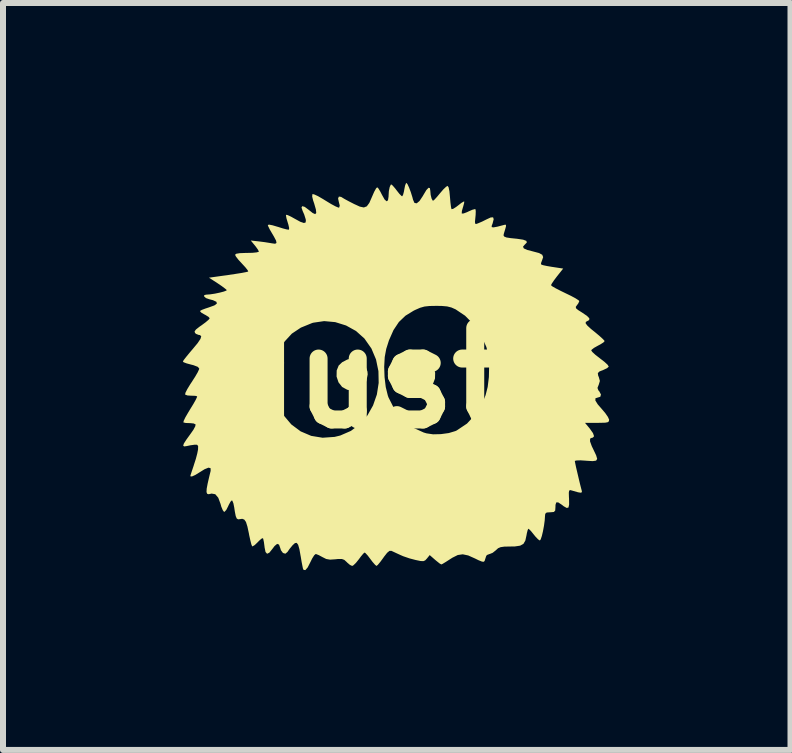
<source format=kicad_pcb>
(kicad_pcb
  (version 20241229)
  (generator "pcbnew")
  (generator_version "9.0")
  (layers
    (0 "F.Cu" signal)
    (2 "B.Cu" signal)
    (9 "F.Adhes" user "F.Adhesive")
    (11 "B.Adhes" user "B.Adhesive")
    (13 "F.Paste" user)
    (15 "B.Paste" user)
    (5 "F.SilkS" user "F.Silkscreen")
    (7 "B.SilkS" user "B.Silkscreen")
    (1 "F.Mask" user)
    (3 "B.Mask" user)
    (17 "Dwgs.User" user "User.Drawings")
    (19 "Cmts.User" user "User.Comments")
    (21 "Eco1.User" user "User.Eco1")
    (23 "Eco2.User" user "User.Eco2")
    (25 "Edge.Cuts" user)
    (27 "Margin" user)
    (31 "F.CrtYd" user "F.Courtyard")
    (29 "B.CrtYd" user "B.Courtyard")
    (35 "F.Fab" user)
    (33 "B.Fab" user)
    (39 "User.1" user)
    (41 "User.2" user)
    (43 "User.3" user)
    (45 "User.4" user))
  (footprint "dust2"
    (layer "F.Cu")
    (at 3.678 3.256)
    (property "Reference" "dust2" (at 0 0 0) (layer "F.SilkS") (effects (font (size 1.524 1.524) (thickness 0.3))))
    (attr board_only exclude_from_pos_files exclude_from_bom)
    (fp_poly (pts (xy -0.782 -0.333) (xy -0.699 -0.289) (xy -0.635 -0.209) (xy -0.6 -0.109) (xy -0.596 -0.062) (xy -0.618 0.05) (xy -0.677 0.136) (xy -0.764 0.19) (xy -0.872 0.205) (xy -0.937 0.194) (xy -1.022 0.148) (xy -1.083 0.07) (xy -1.115 -0.026) (xy -1.113 -0.128) (xy -1.08 -0.21) (xy -1.022 -0.265) (xy -0.938 -0.309) (xy -0.848 -0.334)) (stroke (width 0) (type solid)) (fill yes) (layer "F.SilkS"))
    (fp_poly (pts (xy 0.354 -0.329) (xy 0.375 -0.322) (xy 0.452 -0.267) (xy 0.504 -0.185) (xy 0.529 -0.089) (xy 0.526 0.008) (xy 0.493 0.095) (xy 0.431 0.157) (xy 0.423 0.162) (xy 0.306 0.199) (xy 0.197 0.187) (xy 0.098 0.127) (xy 0.085 0.114) (xy 0.026 0.044) (xy 0.002 -0.024) (xy 0 -0.058) (xy 0.022 -0.155) (xy 0.08 -0.239) (xy 0.162 -0.302) (xy 0.258 -0.335)) (stroke (width 0) (type solid)) (fill yes) (layer "F.SilkS"))
    (fp_poly (pts (xy 0.068 -3.234) (xy 0.094 -3.178) (xy 0.123 -3.101) (xy 0.149 -3.018) (xy 0.16 -2.975) (xy 0.184 -2.922) (xy 0.221 -2.915) (xy 0.268 -2.954) (xy 0.324 -3.038) (xy 0.331 -3.051) (xy 0.382 -3.136) (xy 0.419 -3.175) (xy 0.441 -3.169) (xy 0.448 -3.125) (xy 0.454 -3.057) (xy 0.469 -2.996) (xy 0.488 -2.961) (xy 0.494 -2.958) (xy 0.517 -2.976) (xy 0.56 -3.023) (xy 0.609 -3.082) (xy 0.664 -3.146) (xy 0.711 -3.191) (xy 0.736 -3.206) (xy 0.753 -3.182) (xy 0.767 -3.115) (xy 0.776 -3.019) (xy 0.784 -2.927) (xy 0.793 -2.856) (xy 0.801 -2.819) (xy 0.803 -2.818) (xy 0.829 -2.823) (xy 0.878 -2.854) (xy 0.911 -2.879) (xy 0.966 -2.922) (xy 1.005 -2.945) (xy 1.014 -2.946) (xy 1.012 -2.919) (xy 0.997 -2.864) (xy 0.992 -2.848) (xy 0.975 -2.788) (xy 0.972 -2.749) (xy 0.975 -2.745) (xy 1.003 -2.746) (xy 1.059 -2.767) (xy 1.088 -2.781) (xy 1.15 -2.808) (xy 1.193 -2.819) (xy 1.201 -2.817) (xy 1.206 -2.786) (xy 1.204 -2.723) (xy 1.2 -2.681) (xy 1.193 -2.609) (xy 1.196 -2.576) (xy 1.215 -2.571) (xy 1.245 -2.582) (xy 1.311 -2.61) (xy 1.379 -2.644) (xy 1.454 -2.679) (xy 1.495 -2.682) (xy 1.505 -2.65) (xy 1.487 -2.58) (xy 1.471 -2.537) (xy 1.473 -2.518) (xy 1.503 -2.514) (xy 1.568 -2.526) (xy 1.663 -2.551) (xy 1.695 -2.559) (xy 1.71 -2.556) (xy 1.71 -2.53) (xy 1.694 -2.473) (xy 1.675 -2.411) (xy 1.669 -2.381) (xy 1.681 -2.361) (xy 1.717 -2.346) (xy 1.787 -2.335) (xy 1.895 -2.324) (xy 1.996 -2.309) (xy 2.05 -2.289) (xy 2.058 -2.262) (xy 2.023 -2.226) (xy 2.022 -2.225) (xy 1.994 -2.192) (xy 2.008 -2.163) (xy 2.068 -2.137) (xy 2.164 -2.112) (xy 2.262 -2.086) (xy 2.315 -2.057) (xy 2.33 -2.018) (xy 2.312 -1.965) (xy 2.311 -1.963) (xy 2.294 -1.917) (xy 2.297 -1.895) (xy 2.327 -1.884) (xy 2.392 -1.87) (xy 2.48 -1.855) (xy 2.488 -1.854) (xy 2.664 -1.827) (xy 2.562 -1.699) (xy 2.51 -1.63) (xy 2.474 -1.576) (xy 2.461 -1.55) (xy 2.482 -1.531) (xy 2.539 -1.498) (xy 2.623 -1.455) (xy 2.697 -1.419) (xy 2.794 -1.372) (xy 2.872 -1.33) (xy 2.921 -1.298) (xy 2.933 -1.285) (xy 2.917 -1.248) (xy 2.893 -1.215) (xy 2.874 -1.189) (xy 2.878 -1.165) (xy 2.912 -1.136) (xy 2.98 -1.093) (xy 3.061 -1.038) (xy 3.1 -0.998) (xy 3.098 -0.97) (xy 3.069 -0.953) (xy 3.041 -0.937) (xy 3.039 -0.913) (xy 3.067 -0.876) (xy 3.128 -0.82) (xy 3.194 -0.767) (xy 3.268 -0.705) (xy 3.324 -0.654) (xy 3.353 -0.622) (xy 3.355 -0.617) (xy 3.335 -0.595) (xy 3.283 -0.562) (xy 3.243 -0.541) (xy 3.179 -0.505) (xy 3.139 -0.474) (xy 3.132 -0.461) (xy 3.151 -0.435) (xy 3.201 -0.389) (xy 3.272 -0.334) (xy 3.282 -0.326) (xy 3.353 -0.271) (xy 3.404 -0.224) (xy 3.423 -0.194) (xy 3.423 -0.191) (xy 3.396 -0.166) (xy 3.341 -0.14) (xy 3.337 -0.138) (xy 3.269 -0.111) (xy 3.242 -0.084) (xy 3.247 -0.044) (xy 3.259 -0.015) (xy 3.276 0.047) (xy 3.258 0.107) (xy 3.256 0.112) (xy 3.236 0.163) (xy 3.25 0.202) (xy 3.267 0.222) (xy 3.294 0.273) (xy 3.283 0.311) (xy 3.243 0.323) (xy 3.202 0.336) (xy 3.201 0.374) (xy 3.241 0.438) (xy 3.303 0.509) (xy 3.365 0.582) (xy 3.41 0.647) (xy 3.43 0.692) (xy 3.43 0.694) (xy 3.426 0.72) (xy 3.408 0.735) (xy 3.366 0.743) (xy 3.289 0.745) (xy 3.229 0.746) (xy 3.028 0.746) (xy 3.105 0.838) (xy 3.161 0.917) (xy 3.179 0.969) (xy 3.158 0.993) (xy 3.144 0.994) (xy 3.113 1.009) (xy 3.112 1.055) (xy 3.141 1.135) (xy 3.169 1.193) (xy 3.214 1.288) (xy 3.231 1.346) (xy 3.213 1.376) (xy 3.156 1.384) (xy 3.055 1.378) (xy 3.045 1.377) (xy 2.954 1.371) (xy 2.888 1.373) (xy 2.859 1.38) (xy 2.858 1.382) (xy 2.864 1.415) (xy 2.878 1.483) (xy 2.899 1.572) (xy 2.922 1.67) (xy 2.944 1.762) (xy 2.963 1.837) (xy 2.973 1.874) (xy 2.977 1.901) (xy 2.959 1.911) (xy 2.913 1.904) (xy 2.829 1.88) (xy 2.812 1.875) (xy 2.781 1.867) (xy 2.764 1.876) (xy 2.758 1.911) (xy 2.76 1.983) (xy 2.762 2.016) (xy 2.763 2.109) (xy 2.752 2.158) (xy 2.723 2.165) (xy 2.672 2.136) (xy 2.64 2.111) (xy 2.581 2.072) (xy 2.549 2.072) (xy 2.536 2.113) (xy 2.535 2.15) (xy 2.531 2.208) (xy 2.509 2.232) (xy 2.455 2.237) (xy 2.448 2.237) (xy 2.389 2.241) (xy 2.365 2.262) (xy 2.361 2.298) (xy 2.356 2.372) (xy 2.344 2.461) (xy 2.327 2.553) (xy 2.308 2.633) (xy 2.289 2.689) (xy 2.275 2.708) (xy 2.246 2.689) (xy 2.201 2.642) (xy 2.175 2.61) (xy 2.129 2.553) (xy 2.094 2.518) (xy 2.084 2.511) (xy 2.072 2.533) (xy 2.058 2.588) (xy 2.052 2.622) (xy 2.033 2.709) (xy 2.001 2.764) (xy 1.946 2.794) (xy 1.858 2.807) (xy 1.78 2.808) (xy 1.682 2.81) (xy 1.62 2.819) (xy 1.578 2.837) (xy 1.542 2.87) (xy 1.541 2.871) (xy 1.488 2.913) (xy 1.439 2.933) (xy 1.436 2.933) (xy 1.392 2.95) (xy 1.379 2.97) (xy 1.36 3.029) (xy 1.355 3.045) (xy 1.342 3.062) (xy 1.311 3.06) (xy 1.253 3.037) (xy 1.194 3.008) (xy 1.08 2.957) (xy 0.989 2.938) (xy 0.906 2.95) (xy 0.816 2.995) (xy 0.777 3.02) (xy 0.707 3.065) (xy 0.654 3.097) (xy 0.632 3.107) (xy 0.605 3.092) (xy 0.556 3.053) (xy 0.527 3.029) (xy 0.438 2.951) (xy 0.392 3.008) (xy 0.363 3.039) (xy 0.333 3.052) (xy 0.285 3.05) (xy 0.204 3.033) (xy 0.204 3.033) (xy 0.101 3.006) (xy -0.004 2.97) (xy -0.05 2.95) (xy -0.124 2.916) (xy -0.184 2.888) (xy -0.202 2.88) (xy -0.233 2.881) (xy -0.272 2.913) (xy -0.326 2.982) (xy -0.336 2.997) (xy -0.386 3.065) (xy -0.427 3.114) (xy -0.449 3.132) (xy -0.473 3.113) (xy -0.515 3.065) (xy -0.549 3.02) (xy -0.596 2.958) (xy -0.633 2.918) (xy -0.646 2.908) (xy -0.669 2.926) (xy -0.709 2.974) (xy -0.743 3.02) (xy -0.793 3.082) (xy -0.835 3.122) (xy -0.855 3.132) (xy -0.892 3.115) (xy -0.94 3.074) (xy -0.945 3.068) (xy -0.986 3.031) (xy -1.027 3.016) (xy -1.089 3.016) (xy -1.135 3.021) (xy -1.224 3.027) (xy -1.288 3.016) (xy -1.35 2.985) (xy -1.411 2.952) (xy -1.457 2.934) (xy -1.463 2.933) (xy -1.488 2.954) (xy -1.522 3.008) (xy -1.552 3.069) (xy -1.597 3.157) (xy -1.635 3.201) (xy -1.664 3.199) (xy -1.676 3.175) (xy -1.684 3.136) (xy -1.698 3.064) (xy -1.713 2.973) (xy -1.714 2.969) (xy -1.735 2.852) (xy -1.756 2.779) (xy -1.78 2.747) (xy -1.809 2.751) (xy -1.848 2.786) (xy -1.851 2.79) (xy -1.898 2.847) (xy -1.932 2.896) (xy -1.934 2.899) (xy -1.969 2.928) (xy -2.009 2.916) (xy -2.043 2.87) (xy -2.054 2.834) (xy -2.075 2.776) (xy -2.106 2.764) (xy -2.149 2.8) (xy -2.184 2.846) (xy -2.236 2.911) (xy -2.274 2.929) (xy -2.3 2.899) (xy -2.316 2.82) (xy -2.317 2.808) (xy -2.327 2.733) (xy -2.338 2.682) (xy -2.343 2.669) (xy -2.367 2.677) (xy -2.409 2.714) (xy -2.432 2.738) (xy -2.48 2.784) (xy -2.515 2.805) (xy -2.523 2.804) (xy -2.536 2.773) (xy -2.553 2.706) (xy -2.573 2.616) (xy -2.577 2.592) (xy -2.602 2.475) (xy -2.626 2.399) (xy -2.654 2.359) (xy -2.689 2.346) (xy -2.722 2.351) (xy -2.757 2.355) (xy -2.78 2.341) (xy -2.797 2.3) (xy -2.812 2.223) (xy -2.822 2.156) (xy -2.836 2.087) (xy -2.853 2.045) (xy -2.861 2.038) (xy -2.883 2.059) (xy -2.912 2.112) (xy -2.924 2.138) (xy -2.954 2.197) (xy -2.982 2.228) (xy -2.992 2.23) (xy -3.013 2.202) (xy -3.038 2.142) (xy -3.05 2.098) (xy -3.088 1.995) (xy -3.138 1.936) (xy -3.199 1.925) (xy -3.211 1.928) (xy -3.249 1.936) (xy -3.273 1.929) (xy -3.284 1.9) (xy -3.281 1.843) (xy -3.264 1.753) (xy -3.234 1.624) (xy -3.215 1.547) (xy -3.216 1.502) (xy -3.251 1.493) (xy -3.316 1.519) (xy -3.392 1.566) (xy -3.471 1.615) (xy -3.527 1.64) (xy -3.553 1.637) (xy -3.554 1.632) (xy -3.547 1.607) (xy -3.527 1.546) (xy -3.499 1.463) (xy -3.494 1.446) (xy -3.462 1.347) (xy -3.438 1.255) (xy -3.425 1.189) (xy -3.425 1.187) (xy -3.424 1.132) (xy -3.442 1.111) (xy -3.479 1.11) (xy -3.552 1.12) (xy -3.614 1.133) (xy -3.657 1.139) (xy -3.673 1.126) (xy -3.662 1.091) (xy -3.621 1.027) (xy -3.553 0.933) (xy -3.503 0.862) (xy -3.472 0.804) (xy -3.466 0.773) (xy -3.466 0.772) (xy -3.499 0.756) (xy -3.559 0.75) (xy -3.568 0.75) (xy -3.63 0.748) (xy -3.668 0.739) (xy -3.67 0.738) (xy -3.664 0.711) (xy -3.636 0.653) (xy -3.59 0.574) (xy -3.557 0.519) (xy -3.503 0.431) (xy -3.463 0.36) (xy -3.442 0.314) (xy -3.441 0.303) (xy -3.473 0.295) (xy -3.532 0.293) (xy -3.54 0.293) (xy -3.602 0.289) (xy -3.639 0.275) (xy -3.641 0.273) (xy -3.635 0.243) (xy -3.605 0.184) (xy -3.557 0.105) (xy -3.53 0.064) (xy -3.505 0.025) (xy -2.17 0.025) (xy -2.167 0.15) (xy -2.158 0.245) (xy -2.138 0.329) (xy -2.105 0.42) (xy -2.101 0.428) (xy -2 0.618) (xy -1.87 0.772) (xy -1.714 0.888) (xy -1.538 0.963) (xy -1.348 0.994) (xy -1.148 0.98) (xy -1.053 0.957) (xy -0.876 0.88) (xy -0.725 0.767) (xy -0.601 0.623) (xy -0.507 0.456) (xy -0.443 0.273) (xy -0.413 0.08) (xy -0.417 -0.117) (xy -0.432 -0.189) (xy -0.321 -0.189) (xy -0.315 -0.017) (xy -0.295 0.149) (xy -0.261 0.288) (xy -0.25 0.32) (xy -0.145 0.528) (xy -0.013 0.694) (xy 0.147 0.82) (xy 0.338 0.907) (xy 0.385 0.921) (xy 0.494 0.937) (xy 0.624 0.934) (xy 0.756 0.916) (xy 0.866 0.883) (xy 0.888 0.873) (xy 1.06 0.758) (xy 1.205 0.601) (xy 1.321 0.404) (xy 1.37 0.284) (xy 1.405 0.147) (xy 1.425 -0.018) (xy 1.429 -0.193) (xy 1.417 -0.36) (xy 1.388 -0.501) (xy 1.382 -0.522) (xy 1.293 -0.717) (xy 1.173 -0.894) (xy 1.028 -1.041) (xy 0.87 -1.147) (xy 0.8 -1.178) (xy 0.728 -1.196) (xy 0.636 -1.204) (xy 0.546 -1.205) (xy 0.434 -1.203) (xy 0.351 -1.194) (xy 0.277 -1.173) (xy 0.193 -1.136) (xy 0.169 -1.124) (xy 0.034 -1.041) (xy -0.076 -0.936) (xy -0.166 -0.801) (xy -0.242 -0.629) (xy -0.287 -0.487) (xy -0.312 -0.352) (xy -0.321 -0.189) (xy -0.432 -0.189) (xy -0.457 -0.311) (xy -0.534 -0.494) (xy -0.651 -0.661) (xy -0.791 -0.786) (xy -0.957 -0.878) (xy -1.137 -0.934) (xy -1.322 -0.951) (xy -1.5 -0.925) (xy -1.52 -0.92) (xy -1.711 -0.842) (xy -1.861 -0.742) (xy -1.978 -0.615) (xy -1.994 -0.593) (xy -2.078 -0.45) (xy -2.132 -0.313) (xy -2.161 -0.165) (xy -2.17 0.011) (xy -2.17 0.025) (xy -3.505 0.025) (xy -3.474 -0.023) (xy -3.431 -0.097) (xy -3.408 -0.147) (xy -3.405 -0.159) (xy -3.429 -0.188) (xy -3.502 -0.216) (xy -3.542 -0.226) (xy -3.616 -0.246) (xy -3.666 -0.265) (xy -3.678 -0.277) (xy -3.663 -0.303) (xy -3.621 -0.357) (xy -3.561 -0.43) (xy -3.515 -0.484) (xy -3.432 -0.584) (xy -3.385 -0.654) (xy -3.372 -0.698) (xy -3.393 -0.718) (xy -3.416 -0.721) (xy -3.459 -0.738) (xy -3.476 -0.754) (xy -3.483 -0.779) (xy -3.46 -0.811) (xy -3.402 -0.857) (xy -3.367 -0.881) (xy -3.298 -0.932) (xy -3.249 -0.974) (xy -3.231 -0.998) (xy -3.251 -1.022) (xy -3.301 -1.053) (xy -3.317 -1.061) (xy -3.369 -1.091) (xy -3.392 -1.116) (xy -3.391 -1.121) (xy -3.362 -1.138) (xy -3.301 -1.161) (xy -3.243 -1.18) (xy -3.152 -1.213) (xy -3.111 -1.244) (xy -3.119 -1.273) (xy -3.177 -1.3) (xy -3.239 -1.316) (xy -3.293 -1.335) (xy -3.323 -1.361) (xy -3.323 -1.384) (xy -3.291 -1.392) (xy -3.224 -1.397) (xy -3.144 -1.409) (xy -3.063 -1.426) (xy -2.995 -1.444) (xy -2.953 -1.46) (xy -2.947 -1.469) (xy -2.974 -1.493) (xy -3.03 -1.535) (xy -3.102 -1.584) (xy -3.243 -1.675) (xy -2.922 -1.72) (xy -2.801 -1.738) (xy -2.699 -1.754) (xy -2.626 -1.768) (xy -2.59 -1.777) (xy -2.588 -1.778) (xy -2.598 -1.8) (xy -2.635 -1.847) (xy -2.692 -1.909) (xy -2.692 -1.909) (xy -2.751 -1.973) (xy -2.793 -2.027) (xy -2.808 -2.057) (xy -2.789 -2.074) (xy -2.73 -2.084) (xy -2.625 -2.088) (xy -2.61 -2.088) (xy -2.517 -2.09) (xy -2.448 -2.097) (xy -2.413 -2.107) (xy -2.411 -2.111) (xy -2.426 -2.142) (xy -2.463 -2.194) (xy -2.479 -2.214) (xy -2.546 -2.295) (xy -2.41 -2.28) (xy -2.316 -2.268) (xy -2.228 -2.254) (xy -2.193 -2.248) (xy -2.14 -2.241) (xy -2.117 -2.254) (xy -2.124 -2.293) (xy -2.161 -2.363) (xy -2.187 -2.407) (xy -2.228 -2.477) (xy -2.255 -2.532) (xy -2.262 -2.554) (xy -2.24 -2.56) (xy -2.183 -2.549) (xy -2.099 -2.524) (xy -2.094 -2.523) (xy -2.009 -2.496) (xy -1.943 -2.479) (xy -1.91 -2.476) (xy -1.909 -2.476) (xy -1.906 -2.503) (xy -1.919 -2.561) (xy -1.931 -2.599) (xy -1.951 -2.667) (xy -1.959 -2.714) (xy -1.957 -2.724) (xy -1.931 -2.719) (xy -1.875 -2.693) (xy -1.816 -2.66) (xy -1.721 -2.608) (xy -1.66 -2.587) (xy -1.631 -2.596) (xy -1.627 -2.635) (xy -1.631 -2.653) (xy -1.655 -2.729) (xy -1.681 -2.788) (xy -1.7 -2.845) (xy -1.687 -2.868) (xy -1.646 -2.856) (xy -1.583 -2.809) (xy -1.514 -2.754) (xy -1.472 -2.735) (xy -1.454 -2.754) (xy -1.46 -2.813) (xy -1.489 -2.914) (xy -1.506 -2.963) (xy -1.522 -3.029) (xy -1.518 -3.067) (xy -1.515 -3.07) (xy -1.486 -3.063) (xy -1.425 -3.035) (xy -1.344 -2.988) (xy -1.294 -2.957) (xy -1.205 -2.903) (xy -1.132 -2.864) (xy -1.084 -2.844) (xy -1.072 -2.844) (xy -1.062 -2.877) (xy -1.076 -2.932) (xy -1.09 -2.996) (xy -1.076 -3.028) (xy -1.038 -3.022) (xy -1.024 -3.013) (xy -0.981 -2.987) (xy -0.909 -2.948) (xy -0.823 -2.904) (xy -0.823 -2.904) (xy -0.727 -2.86) (xy -0.66 -2.846) (xy -0.611 -2.865) (xy -0.569 -2.922) (xy -0.525 -3.022) (xy -0.522 -3.029) (xy -0.488 -3.107) (xy -0.457 -3.163) (xy -0.438 -3.183) (xy -0.417 -3.163) (xy -0.385 -3.11) (xy -0.358 -3.057) (xy -0.315 -2.98) (xy -0.281 -2.949) (xy -0.258 -2.965) (xy -0.248 -3.028) (xy -0.248 -3.04) (xy -0.243 -3.12) (xy -0.229 -3.187) (xy -0.211 -3.226) (xy -0.202 -3.23) (xy -0.18 -3.212) (xy -0.139 -3.165) (xy -0.113 -3.131) (xy -0.068 -3.074) (xy -0.032 -3.038) (xy -0.022 -3.032) (xy -0.007 -3.054) (xy 0.008 -3.11) (xy 0.014 -3.144) (xy 0.027 -3.21) (xy 0.043 -3.251) (xy 0.049 -3.256)) (stroke (width 0) (type solid)) (fill yes) (layer "F.SilkS")))
  (gr_rect
    (start -3 -3)
    (end 10.133 9.457)
    (stroke (width 0.1) (type default))
    (fill no)
    (layer "Edge.Cuts")))
</source>
